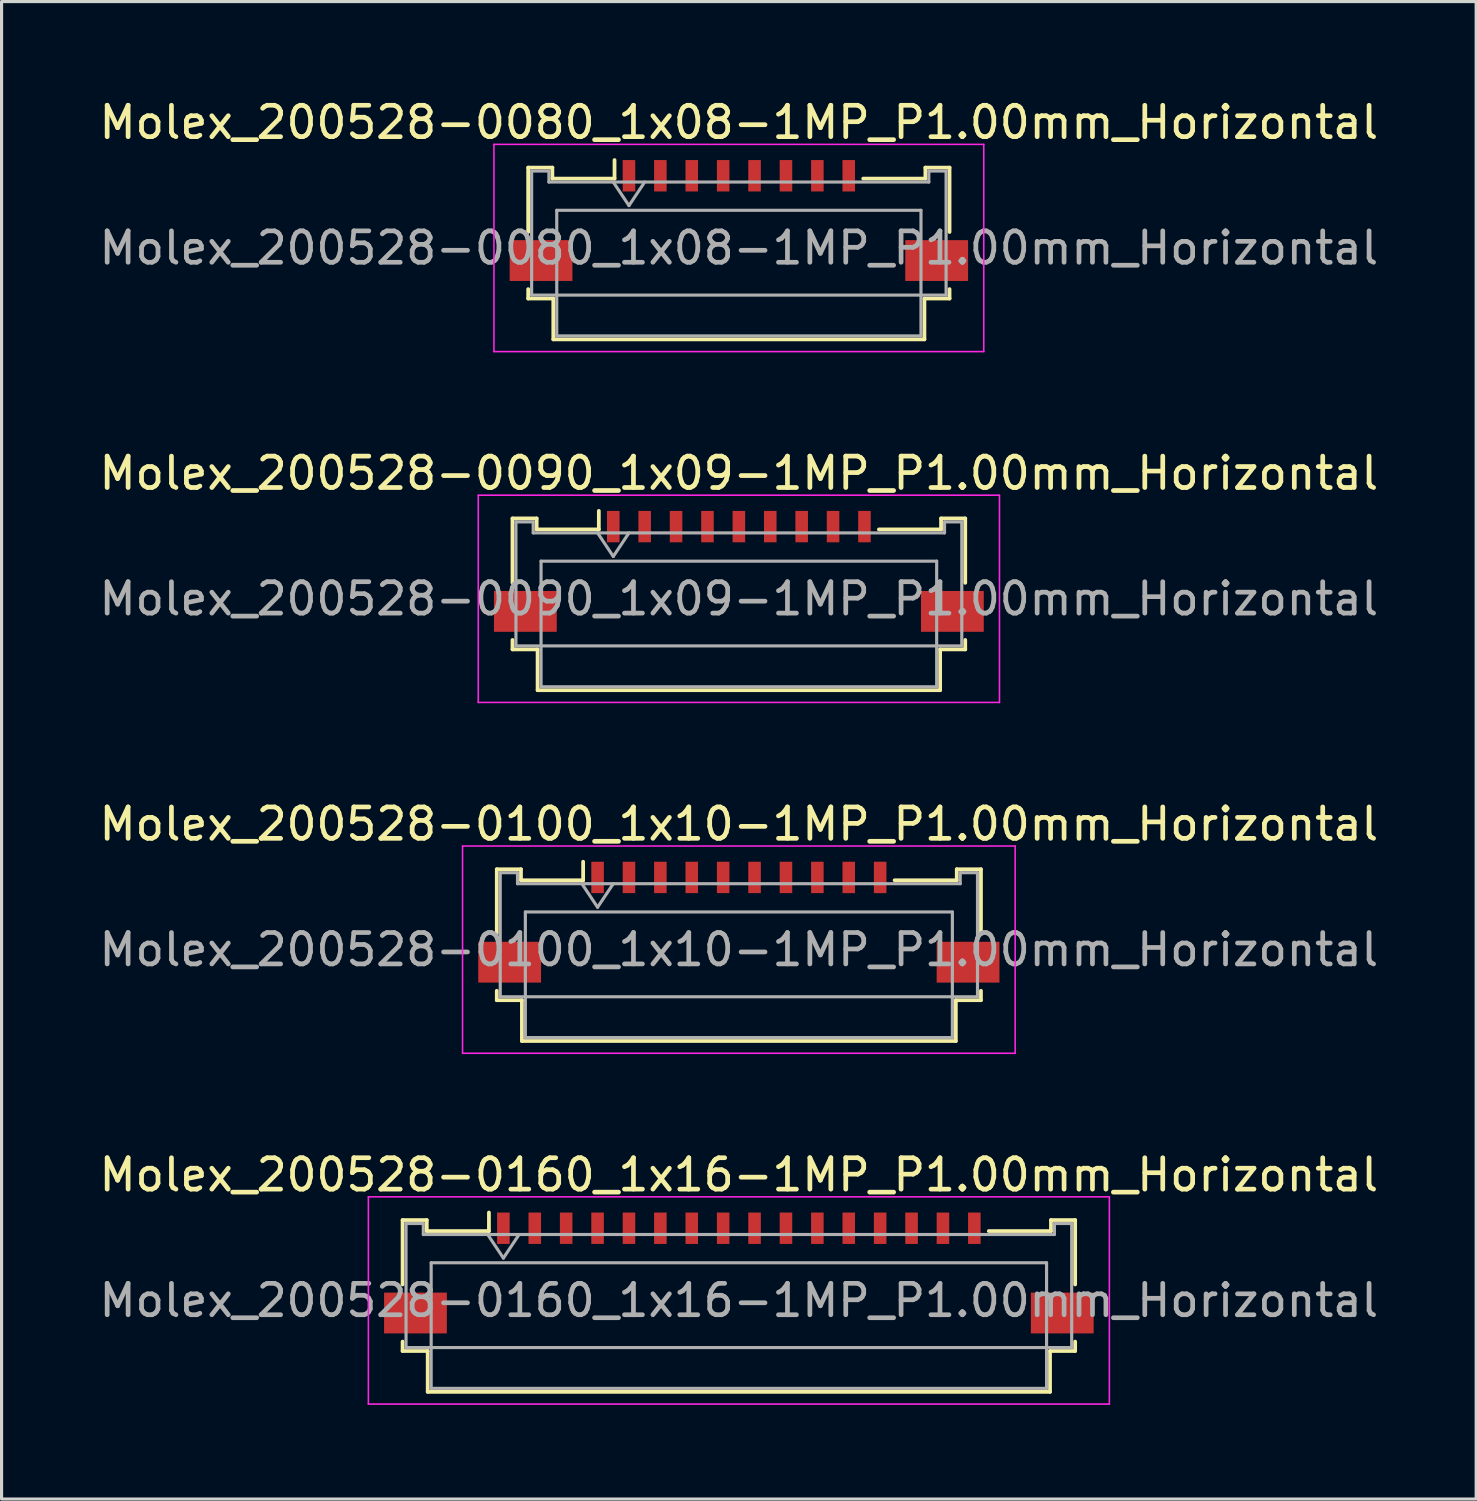
<source format=kicad_pcb>
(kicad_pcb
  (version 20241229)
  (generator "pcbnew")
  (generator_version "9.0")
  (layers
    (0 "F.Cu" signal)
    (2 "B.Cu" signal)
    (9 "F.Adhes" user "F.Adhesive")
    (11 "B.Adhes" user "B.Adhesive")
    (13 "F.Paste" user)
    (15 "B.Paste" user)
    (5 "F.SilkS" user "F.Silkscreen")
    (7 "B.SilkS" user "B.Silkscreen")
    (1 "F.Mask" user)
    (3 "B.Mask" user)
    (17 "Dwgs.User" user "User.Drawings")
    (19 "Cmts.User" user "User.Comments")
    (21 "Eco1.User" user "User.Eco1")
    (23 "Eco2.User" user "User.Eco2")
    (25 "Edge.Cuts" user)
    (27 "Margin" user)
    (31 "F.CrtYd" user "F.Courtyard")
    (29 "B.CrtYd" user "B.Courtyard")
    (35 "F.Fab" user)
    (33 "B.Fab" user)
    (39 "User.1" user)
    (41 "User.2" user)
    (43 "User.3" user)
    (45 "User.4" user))
  (footprint "Molex_200528-0100_1x10-1MP_P1.00mm_Horizontal"
    (layer "F.Cu")
    (at 20.482 25.805)
    (property "Reference" "Molex_200528-0100_1x10-1MP_P1.00mm_Horizontal" (at 0 -2.61 0) (layer "F.SilkS") (effects (font (size 1 1) (thickness 0.15))))
    (attr smd)
    (fp_line (start -7.71 -1.17) (end -7.71 0.88) (stroke (width 0.12) (type solid)) (layer "F.SilkS"))
    (fp_line (start -7.71 2.7) (end -7.71 3) (stroke (width 0.12) (type solid)) (layer "F.SilkS"))
    (fp_line (start -7.71 3) (end -6.91 3) (stroke (width 0.12) (type solid)) (layer "F.SilkS"))
    (fp_line (start -6.94 -1.17) (end -7.71 -1.17) (stroke (width 0.12) (type solid)) (layer "F.SilkS"))
    (fp_line (start -6.94 -0.82) (end -6.94 -1.17) (stroke (width 0.12) (type solid)) (layer "F.SilkS"))
    (fp_line (start -6.91 3) (end -6.91 4.3) (stroke (width 0.12) (type solid)) (layer "F.SilkS"))
    (fp_line (start -6.91 4.3) (end 6.91 4.3) (stroke (width 0.12) (type solid)) (layer "F.SilkS"))
    (fp_line (start -4.96 -1.41) (end -4.96 -0.82) (stroke (width 0.12) (type solid)) (layer "F.SilkS"))
    (fp_line (start -4.96 -0.82) (end -6.94 -0.82) (stroke (width 0.12) (type solid)) (layer "F.SilkS"))
    (fp_line (start 6.91 3) (end 7.71 3) (stroke (width 0.12) (type solid)) (layer "F.SilkS"))
    (fp_line (start 6.91 4.3) (end 6.91 3) (stroke (width 0.12) (type solid)) (layer "F.SilkS"))
    (fp_line (start 6.94 -1.17) (end 6.94 -0.82) (stroke (width 0.12) (type solid)) (layer "F.SilkS"))
    (fp_line (start 6.94 -0.82) (end 4.96 -0.82) (stroke (width 0.12) (type solid)) (layer "F.SilkS"))
    (fp_line (start 7.71 -1.17) (end 6.94 -1.17) (stroke (width 0.12) (type solid)) (layer "F.SilkS"))
    (fp_line (start 7.71 0.88) (end 7.71 -1.17) (stroke (width 0.12) (type solid)) (layer "F.SilkS"))
    (fp_line (start 7.71 3) (end 7.71 2.7) (stroke (width 0.12) (type solid)) (layer "F.SilkS"))
    (fp_line (start -8.8 -1.91) (end -8.8 4.69) (stroke (width 0.05) (type solid)) (layer "F.CrtYd"))
    (fp_line (start -8.8 4.69) (end 8.8 4.69) (stroke (width 0.05) (type solid)) (layer "F.CrtYd"))
    (fp_line (start 8.8 -1.91) (end -8.8 -1.91) (stroke (width 0.05) (type solid)) (layer "F.CrtYd"))
    (fp_line (start 8.8 4.69) (end 8.8 -1.91) (stroke (width 0.05) (type solid)) (layer "F.CrtYd"))
    (fp_line (start -7.6 -1.06) (end -7.6 2.89) (stroke (width 0.1) (type solid)) (layer "F.Fab"))
    (fp_line (start -7.6 2.89) (end 7.6 2.89) (stroke (width 0.1) (type solid)) (layer "F.Fab"))
    (fp_line (start -7.05 -1.06) (end -7.6 -1.06) (stroke (width 0.1) (type solid)) (layer "F.Fab"))
    (fp_line (start -7.05 -0.71) (end -7.05 -1.06) (stroke (width 0.1) (type solid)) (layer "F.Fab"))
    (fp_line (start -6.8 0.19) (end -6.8 4.19) (stroke (width 0.1) (type solid)) (layer "F.Fab"))
    (fp_line (start -6.8 4.19) (end 6.8 4.19) (stroke (width 0.1) (type solid)) (layer "F.Fab"))
    (fp_line (start -5 -0.71) (end -4.5 0.04) (stroke (width 0.1) (type solid)) (layer "F.Fab"))
    (fp_line (start -4.5 0.04) (end -4 -0.71) (stroke (width 0.1) (type solid)) (layer "F.Fab"))
    (fp_line (start 6.8 0.19) (end -6.8 0.19) (stroke (width 0.1) (type solid)) (layer "F.Fab"))
    (fp_line (start 6.8 4.19) (end 6.8 0.19) (stroke (width 0.1) (type solid)) (layer "F.Fab"))
    (fp_line (start 7.05 -1.06) (end 7.05 -0.71) (stroke (width 0.1) (type solid)) (layer "F.Fab"))
    (fp_line (start 7.05 -0.71) (end -7.05 -0.71) (stroke (width 0.1) (type solid)) (layer "F.Fab"))
    (fp_line (start 7.6 -1.06) (end 7.05 -1.06) (stroke (width 0.1) (type solid)) (layer "F.Fab"))
    (fp_line (start 7.6 2.89) (end 7.6 -1.06) (stroke (width 0.1) (type solid)) (layer "F.Fab"))
    (fp_text user "${REFERENCE}" (at 0 1.39 0) (layer "F.Fab") (effects (font (size 1 1) (thickness 0.15))))
    (pad "1" smd rect (at -4.5 -0.91) (size 0.4 1) (layers "F.Cu" "F.Mask" "F.Paste"))
    (pad "2" smd rect (at -3.5 -0.91) (size 0.4 1) (layers "F.Cu" "F.Mask" "F.Paste"))
    (pad "3" smd rect (at -2.5 -0.91) (size 0.4 1) (layers "F.Cu" "F.Mask" "F.Paste"))
    (pad "4" smd rect (at -1.5 -0.91) (size 0.4 1) (layers "F.Cu" "F.Mask" "F.Paste"))
    (pad "5" smd rect (at -0.5 -0.91) (size 0.4 1) (layers "F.Cu" "F.Mask" "F.Paste"))
    (pad "6" smd rect (at 0.5 -0.91) (size 0.4 1) (layers "F.Cu" "F.Mask" "F.Paste"))
    (pad "7" smd rect (at 1.5 -0.91) (size 0.4 1) (layers "F.Cu" "F.Mask" "F.Paste"))
    (pad "8" smd rect (at 2.5 -0.91) (size 0.4 1) (layers "F.Cu" "F.Mask" "F.Paste"))
    (pad "9" smd rect (at 3.5 -0.91) (size 0.4 1) (layers "F.Cu" "F.Mask" "F.Paste"))
    (pad "10" smd rect (at 4.5 -0.91) (size 0.4 1) (layers "F.Cu" "F.Mask" "F.Paste"))
    (pad "MP" smd rect (at -7.3 1.79) (size 2 1.3) (layers "F.Cu" "F.Mask" "F.Paste"))
    (pad "MP" smd rect (at 7.3 1.79) (size 2 1.3) (layers "F.Cu" "F.Mask" "F.Paste")))
  (footprint "Molex_200528-0080_1x08-1MP_P1.00mm_Horizontal"
    (layer "F.Cu")
    (at 20.482 3.458)
    (property "Reference" "Molex_200528-0080_1x08-1MP_P1.00mm_Horizontal" (at 0 -2.61 0) (layer "F.SilkS") (effects (font (size 1 1) (thickness 0.15))))
    (attr smd)
    (fp_line (start -6.71 -1.17) (end -6.71 0.88) (stroke (width 0.12) (type solid)) (layer "F.SilkS"))
    (fp_line (start -6.71 2.7) (end -6.71 3) (stroke (width 0.12) (type solid)) (layer "F.SilkS"))
    (fp_line (start -6.71 3) (end -5.91 3) (stroke (width 0.12) (type solid)) (layer "F.SilkS"))
    (fp_line (start -5.94 -1.17) (end -6.71 -1.17) (stroke (width 0.12) (type solid)) (layer "F.SilkS"))
    (fp_line (start -5.94 -0.82) (end -5.94 -1.17) (stroke (width 0.12) (type solid)) (layer "F.SilkS"))
    (fp_line (start -5.91 3) (end -5.91 4.3) (stroke (width 0.12) (type solid)) (layer "F.SilkS"))
    (fp_line (start -5.91 4.3) (end 5.91 4.3) (stroke (width 0.12) (type solid)) (layer "F.SilkS"))
    (fp_line (start -3.96 -1.41) (end -3.96 -0.82) (stroke (width 0.12) (type solid)) (layer "F.SilkS"))
    (fp_line (start -3.96 -0.82) (end -5.94 -0.82) (stroke (width 0.12) (type solid)) (layer "F.SilkS"))
    (fp_line (start 5.91 3) (end 6.71 3) (stroke (width 0.12) (type solid)) (layer "F.SilkS"))
    (fp_line (start 5.91 4.3) (end 5.91 3) (stroke (width 0.12) (type solid)) (layer "F.SilkS"))
    (fp_line (start 5.94 -1.17) (end 5.94 -0.82) (stroke (width 0.12) (type solid)) (layer "F.SilkS"))
    (fp_line (start 5.94 -0.82) (end 3.96 -0.82) (stroke (width 0.12) (type solid)) (layer "F.SilkS"))
    (fp_line (start 6.71 -1.17) (end 5.94 -1.17) (stroke (width 0.12) (type solid)) (layer "F.SilkS"))
    (fp_line (start 6.71 0.88) (end 6.71 -1.17) (stroke (width 0.12) (type solid)) (layer "F.SilkS"))
    (fp_line (start 6.71 3) (end 6.71 2.7) (stroke (width 0.12) (type solid)) (layer "F.SilkS"))
    (fp_line (start -7.8 -1.91) (end -7.8 4.69) (stroke (width 0.05) (type solid)) (layer "F.CrtYd"))
    (fp_line (start -7.8 4.69) (end 7.8 4.69) (stroke (width 0.05) (type solid)) (layer "F.CrtYd"))
    (fp_line (start 7.8 -1.91) (end -7.8 -1.91) (stroke (width 0.05) (type solid)) (layer "F.CrtYd"))
    (fp_line (start 7.8 4.69) (end 7.8 -1.91) (stroke (width 0.05) (type solid)) (layer "F.CrtYd"))
    (fp_line (start -6.6 -1.06) (end -6.6 2.89) (stroke (width 0.1) (type solid)) (layer "F.Fab"))
    (fp_line (start -6.6 2.89) (end 6.6 2.89) (stroke (width 0.1) (type solid)) (layer "F.Fab"))
    (fp_line (start -6.05 -1.06) (end -6.6 -1.06) (stroke (width 0.1) (type solid)) (layer "F.Fab"))
    (fp_line (start -6.05 -0.71) (end -6.05 -1.06) (stroke (width 0.1) (type solid)) (layer "F.Fab"))
    (fp_line (start -5.8 0.19) (end -5.8 4.19) (stroke (width 0.1) (type solid)) (layer "F.Fab"))
    (fp_line (start -5.8 4.19) (end 5.8 4.19) (stroke (width 0.1) (type solid)) (layer "F.Fab"))
    (fp_line (start -4 -0.71) (end -3.5 0.04) (stroke (width 0.1) (type solid)) (layer "F.Fab"))
    (fp_line (start -3.5 0.04) (end -3 -0.71) (stroke (width 0.1) (type solid)) (layer "F.Fab"))
    (fp_line (start 5.8 0.19) (end -5.8 0.19) (stroke (width 0.1) (type solid)) (layer "F.Fab"))
    (fp_line (start 5.8 4.19) (end 5.8 0.19) (stroke (width 0.1) (type solid)) (layer "F.Fab"))
    (fp_line (start 6.05 -1.06) (end 6.05 -0.71) (stroke (width 0.1) (type solid)) (layer "F.Fab"))
    (fp_line (start 6.05 -0.71) (end -6.05 -0.71) (stroke (width 0.1) (type solid)) (layer "F.Fab"))
    (fp_line (start 6.6 -1.06) (end 6.05 -1.06) (stroke (width 0.1) (type solid)) (layer "F.Fab"))
    (fp_line (start 6.6 2.89) (end 6.6 -1.06) (stroke (width 0.1) (type solid)) (layer "F.Fab"))
    (fp_text user "${REFERENCE}" (at 0 1.39 0) (layer "F.Fab") (effects (font (size 1 1) (thickness 0.15))))
    (pad "1" smd rect (at -3.5 -0.91) (size 0.4 1) (layers "F.Cu" "F.Mask" "F.Paste"))
    (pad "2" smd rect (at -2.5 -0.91) (size 0.4 1) (layers "F.Cu" "F.Mask" "F.Paste"))
    (pad "3" smd rect (at -1.5 -0.91) (size 0.4 1) (layers "F.Cu" "F.Mask" "F.Paste"))
    (pad "4" smd rect (at -0.5 -0.91) (size 0.4 1) (layers "F.Cu" "F.Mask" "F.Paste"))
    (pad "5" smd rect (at 0.5 -0.91) (size 0.4 1) (layers "F.Cu" "F.Mask" "F.Paste"))
    (pad "6" smd rect (at 1.5 -0.91) (size 0.4 1) (layers "F.Cu" "F.Mask" "F.Paste"))
    (pad "7" smd rect (at 2.5 -0.91) (size 0.4 1) (layers "F.Cu" "F.Mask" "F.Paste"))
    (pad "8" smd rect (at 3.5 -0.91) (size 0.4 1) (layers "F.Cu" "F.Mask" "F.Paste"))
    (pad "MP" smd rect (at -6.3 1.79) (size 2 1.3) (layers "F.Cu" "F.Mask" "F.Paste"))
    (pad "MP" smd rect (at 6.3 1.79) (size 2 1.3) (layers "F.Cu" "F.Mask" "F.Paste")))
  (footprint "Molex_200528-0160_1x16-1MP_P1.00mm_Horizontal"
    (layer "F.Cu")
    (at 20.482 36.978)
    (property "Reference" "Molex_200528-0160_1x16-1MP_P1.00mm_Horizontal" (at 0 -2.61 0) (layer "F.SilkS") (effects (font (size 1 1) (thickness 0.15))))
    (attr smd)
    (fp_line (start -10.71 -1.17) (end -10.71 0.88) (stroke (width 0.12) (type solid)) (layer "F.SilkS"))
    (fp_line (start -10.71 2.7) (end -10.71 3) (stroke (width 0.12) (type solid)) (layer "F.SilkS"))
    (fp_line (start -10.71 3) (end -9.91 3) (stroke (width 0.12) (type solid)) (layer "F.SilkS"))
    (fp_line (start -9.94 -1.17) (end -10.71 -1.17) (stroke (width 0.12) (type solid)) (layer "F.SilkS"))
    (fp_line (start -9.94 -0.82) (end -9.94 -1.17) (stroke (width 0.12) (type solid)) (layer "F.SilkS"))
    (fp_line (start -9.91 3) (end -9.91 4.3) (stroke (width 0.12) (type solid)) (layer "F.SilkS"))
    (fp_line (start -9.91 4.3) (end 9.91 4.3) (stroke (width 0.12) (type solid)) (layer "F.SilkS"))
    (fp_line (start -7.96 -1.41) (end -7.96 -0.82) (stroke (width 0.12) (type solid)) (layer "F.SilkS"))
    (fp_line (start -7.96 -0.82) (end -9.94 -0.82) (stroke (width 0.12) (type solid)) (layer "F.SilkS"))
    (fp_line (start 9.91 3) (end 10.71 3) (stroke (width 0.12) (type solid)) (layer "F.SilkS"))
    (fp_line (start 9.91 4.3) (end 9.91 3) (stroke (width 0.12) (type solid)) (layer "F.SilkS"))
    (fp_line (start 9.94 -1.17) (end 9.94 -0.82) (stroke (width 0.12) (type solid)) (layer "F.SilkS"))
    (fp_line (start 9.94 -0.82) (end 7.96 -0.82) (stroke (width 0.12) (type solid)) (layer "F.SilkS"))
    (fp_line (start 10.71 -1.17) (end 9.94 -1.17) (stroke (width 0.12) (type solid)) (layer "F.SilkS"))
    (fp_line (start 10.71 0.88) (end 10.71 -1.17) (stroke (width 0.12) (type solid)) (layer "F.SilkS"))
    (fp_line (start 10.71 3) (end 10.71 2.7) (stroke (width 0.12) (type solid)) (layer "F.SilkS"))
    (fp_line (start -11.8 -1.91) (end -11.8 4.69) (stroke (width 0.05) (type solid)) (layer "F.CrtYd"))
    (fp_line (start -11.8 4.69) (end 11.8 4.69) (stroke (width 0.05) (type solid)) (layer "F.CrtYd"))
    (fp_line (start 11.8 -1.91) (end -11.8 -1.91) (stroke (width 0.05) (type solid)) (layer "F.CrtYd"))
    (fp_line (start 11.8 4.69) (end 11.8 -1.91) (stroke (width 0.05) (type solid)) (layer "F.CrtYd"))
    (fp_line (start -10.6 -1.06) (end -10.6 2.89) (stroke (width 0.1) (type solid)) (layer "F.Fab"))
    (fp_line (start -10.6 2.89) (end 10.6 2.89) (stroke (width 0.1) (type solid)) (layer "F.Fab"))
    (fp_line (start -10.05 -1.06) (end -10.6 -1.06) (stroke (width 0.1) (type solid)) (layer "F.Fab"))
    (fp_line (start -10.05 -0.71) (end -10.05 -1.06) (stroke (width 0.1) (type solid)) (layer "F.Fab"))
    (fp_line (start -9.8 0.19) (end -9.8 4.19) (stroke (width 0.1) (type solid)) (layer "F.Fab"))
    (fp_line (start -9.8 4.19) (end 9.8 4.19) (stroke (width 0.1) (type solid)) (layer "F.Fab"))
    (fp_line (start -8 -0.71) (end -7.5 0.04) (stroke (width 0.1) (type solid)) (layer "F.Fab"))
    (fp_line (start -7.5 0.04) (end -7 -0.71) (stroke (width 0.1) (type solid)) (layer "F.Fab"))
    (fp_line (start 9.8 0.19) (end -9.8 0.19) (stroke (width 0.1) (type solid)) (layer "F.Fab"))
    (fp_line (start 9.8 4.19) (end 9.8 0.19) (stroke (width 0.1) (type solid)) (layer "F.Fab"))
    (fp_line (start 10.05 -1.06) (end 10.05 -0.71) (stroke (width 0.1) (type solid)) (layer "F.Fab"))
    (fp_line (start 10.05 -0.71) (end -10.05 -0.71) (stroke (width 0.1) (type solid)) (layer "F.Fab"))
    (fp_line (start 10.6 -1.06) (end 10.05 -1.06) (stroke (width 0.1) (type solid)) (layer "F.Fab"))
    (fp_line (start 10.6 2.89) (end 10.6 -1.06) (stroke (width 0.1) (type solid)) (layer "F.Fab"))
    (fp_text user "${REFERENCE}" (at 0 1.39 0) (layer "F.Fab") (effects (font (size 1 1) (thickness 0.15))))
    (pad "1" smd rect (at -7.5 -0.91) (size 0.4 1) (layers "F.Cu" "F.Mask" "F.Paste"))
    (pad "2" smd rect (at -6.5 -0.91) (size 0.4 1) (layers "F.Cu" "F.Mask" "F.Paste"))
    (pad "3" smd rect (at -5.5 -0.91) (size 0.4 1) (layers "F.Cu" "F.Mask" "F.Paste"))
    (pad "4" smd rect (at -4.5 -0.91) (size 0.4 1) (layers "F.Cu" "F.Mask" "F.Paste"))
    (pad "5" smd rect (at -3.5 -0.91) (size 0.4 1) (layers "F.Cu" "F.Mask" "F.Paste"))
    (pad "6" smd rect (at -2.5 -0.91) (size 0.4 1) (layers "F.Cu" "F.Mask" "F.Paste"))
    (pad "7" smd rect (at -1.5 -0.91) (size 0.4 1) (layers "F.Cu" "F.Mask" "F.Paste"))
    (pad "8" smd rect (at -0.5 -0.91) (size 0.4 1) (layers "F.Cu" "F.Mask" "F.Paste"))
    (pad "9" smd rect (at 0.5 -0.91) (size 0.4 1) (layers "F.Cu" "F.Mask" "F.Paste"))
    (pad "10" smd rect (at 1.5 -0.91) (size 0.4 1) (layers "F.Cu" "F.Mask" "F.Paste"))
    (pad "11" smd rect (at 2.5 -0.91) (size 0.4 1) (layers "F.Cu" "F.Mask" "F.Paste"))
    (pad "12" smd rect (at 3.5 -0.91) (size 0.4 1) (layers "F.Cu" "F.Mask" "F.Paste"))
    (pad "13" smd rect (at 4.5 -0.91) (size 0.4 1) (layers "F.Cu" "F.Mask" "F.Paste"))
    (pad "14" smd rect (at 5.5 -0.91) (size 0.4 1) (layers "F.Cu" "F.Mask" "F.Paste"))
    (pad "15" smd rect (at 6.5 -0.91) (size 0.4 1) (layers "F.Cu" "F.Mask" "F.Paste"))
    (pad "16" smd rect (at 7.5 -0.91) (size 0.4 1) (layers "F.Cu" "F.Mask" "F.Paste"))
    (pad "MP" smd rect (at -10.3 1.79) (size 2 1.3) (layers "F.Cu" "F.Mask" "F.Paste"))
    (pad "MP" smd rect (at 10.3 1.79) (size 2 1.3) (layers "F.Cu" "F.Mask" "F.Paste")))
  (footprint "Molex_200528-0090_1x09-1MP_P1.00mm_Horizontal"
    (layer "F.Cu")
    (at 20.482 14.632)
    (property "Reference" "Molex_200528-0090_1x09-1MP_P1.00mm_Horizontal" (at 0 -2.61 0) (layer "F.SilkS") (effects (font (size 1 1) (thickness 0.15))))
    (attr smd)
    (fp_line (start -7.21 -1.17) (end -7.21 0.88) (stroke (width 0.12) (type solid)) (layer "F.SilkS"))
    (fp_line (start -7.21 2.7) (end -7.21 3) (stroke (width 0.12) (type solid)) (layer "F.SilkS"))
    (fp_line (start -7.21 3) (end -6.41 3) (stroke (width 0.12) (type solid)) (layer "F.SilkS"))
    (fp_line (start -6.44 -1.17) (end -7.21 -1.17) (stroke (width 0.12) (type solid)) (layer "F.SilkS"))
    (fp_line (start -6.44 -0.82) (end -6.44 -1.17) (stroke (width 0.12) (type solid)) (layer "F.SilkS"))
    (fp_line (start -6.41 3) (end -6.41 4.3) (stroke (width 0.12) (type solid)) (layer "F.SilkS"))
    (fp_line (start -6.41 4.3) (end 6.41 4.3) (stroke (width 0.12) (type solid)) (layer "F.SilkS"))
    (fp_line (start -4.46 -1.41) (end -4.46 -0.82) (stroke (width 0.12) (type solid)) (layer "F.SilkS"))
    (fp_line (start -4.46 -0.82) (end -6.44 -0.82) (stroke (width 0.12) (type solid)) (layer "F.SilkS"))
    (fp_line (start 6.41 3) (end 7.21 3) (stroke (width 0.12) (type solid)) (layer "F.SilkS"))
    (fp_line (start 6.41 4.3) (end 6.41 3) (stroke (width 0.12) (type solid)) (layer "F.SilkS"))
    (fp_line (start 6.44 -1.17) (end 6.44 -0.82) (stroke (width 0.12) (type solid)) (layer "F.SilkS"))
    (fp_line (start 6.44 -0.82) (end 4.46 -0.82) (stroke (width 0.12) (type solid)) (layer "F.SilkS"))
    (fp_line (start 7.21 -1.17) (end 6.44 -1.17) (stroke (width 0.12) (type solid)) (layer "F.SilkS"))
    (fp_line (start 7.21 0.88) (end 7.21 -1.17) (stroke (width 0.12) (type solid)) (layer "F.SilkS"))
    (fp_line (start 7.21 3) (end 7.21 2.7) (stroke (width 0.12) (type solid)) (layer "F.SilkS"))
    (fp_line (start -8.3 -1.91) (end -8.3 4.69) (stroke (width 0.05) (type solid)) (layer "F.CrtYd"))
    (fp_line (start -8.3 4.69) (end 8.3 4.69) (stroke (width 0.05) (type solid)) (layer "F.CrtYd"))
    (fp_line (start 8.3 -1.91) (end -8.3 -1.91) (stroke (width 0.05) (type solid)) (layer "F.CrtYd"))
    (fp_line (start 8.3 4.69) (end 8.3 -1.91) (stroke (width 0.05) (type solid)) (layer "F.CrtYd"))
    (fp_line (start -7.1 -1.06) (end -7.1 2.89) (stroke (width 0.1) (type solid)) (layer "F.Fab"))
    (fp_line (start -7.1 2.89) (end 7.1 2.89) (stroke (width 0.1) (type solid)) (layer "F.Fab"))
    (fp_line (start -6.55 -1.06) (end -7.1 -1.06) (stroke (width 0.1) (type solid)) (layer "F.Fab"))
    (fp_line (start -6.55 -0.71) (end -6.55 -1.06) (stroke (width 0.1) (type solid)) (layer "F.Fab"))
    (fp_line (start -6.3 0.19) (end -6.3 4.19) (stroke (width 0.1) (type solid)) (layer "F.Fab"))
    (fp_line (start -6.3 4.19) (end 6.3 4.19) (stroke (width 0.1) (type solid)) (layer "F.Fab"))
    (fp_line (start -4.5 -0.71) (end -4 0.04) (stroke (width 0.1) (type solid)) (layer "F.Fab"))
    (fp_line (start -4 0.04) (end -3.5 -0.71) (stroke (width 0.1) (type solid)) (layer "F.Fab"))
    (fp_line (start 6.3 0.19) (end -6.3 0.19) (stroke (width 0.1) (type solid)) (layer "F.Fab"))
    (fp_line (start 6.3 4.19) (end 6.3 0.19) (stroke (width 0.1) (type solid)) (layer "F.Fab"))
    (fp_line (start 6.55 -1.06) (end 6.55 -0.71) (stroke (width 0.1) (type solid)) (layer "F.Fab"))
    (fp_line (start 6.55 -0.71) (end -6.55 -0.71) (stroke (width 0.1) (type solid)) (layer "F.Fab"))
    (fp_line (start 7.1 -1.06) (end 6.55 -1.06) (stroke (width 0.1) (type solid)) (layer "F.Fab"))
    (fp_line (start 7.1 2.89) (end 7.1 -1.06) (stroke (width 0.1) (type solid)) (layer "F.Fab"))
    (fp_text user "${REFERENCE}" (at 0 1.39 0) (layer "F.Fab") (effects (font (size 1 1) (thickness 0.15))))
    (pad "1" smd rect (at -4 -0.91) (size 0.4 1) (layers "F.Cu" "F.Mask" "F.Paste"))
    (pad "2" smd rect (at -3 -0.91) (size 0.4 1) (layers "F.Cu" "F.Mask" "F.Paste"))
    (pad "3" smd rect (at -2 -0.91) (size 0.4 1) (layers "F.Cu" "F.Mask" "F.Paste"))
    (pad "4" smd rect (at -1 -0.91) (size 0.4 1) (layers "F.Cu" "F.Mask" "F.Paste"))
    (pad "5" smd rect (at 0 -0.91) (size 0.4 1) (layers "F.Cu" "F.Mask" "F.Paste"))
    (pad "6" smd rect (at 1 -0.91) (size 0.4 1) (layers "F.Cu" "F.Mask" "F.Paste"))
    (pad "7" smd rect (at 2 -0.91) (size 0.4 1) (layers "F.Cu" "F.Mask" "F.Paste"))
    (pad "8" smd rect (at 3 -0.91) (size 0.4 1) (layers "F.Cu" "F.Mask" "F.Paste"))
    (pad "9" smd rect (at 4 -0.91) (size 0.4 1) (layers "F.Cu" "F.Mask" "F.Paste"))
    (pad "MP" smd rect (at -6.8 1.79) (size 2 1.3) (layers "F.Cu" "F.Mask" "F.Paste"))
    (pad "MP" smd rect (at 6.8 1.79) (size 2 1.3) (layers "F.Cu" "F.Mask" "F.Paste")))
  (gr_rect
    (start -3 -3)
    (end 43.964 44.693)
    (stroke (width 0.1) (type default))
    (fill no)
    (layer "Edge.Cuts")))
</source>
